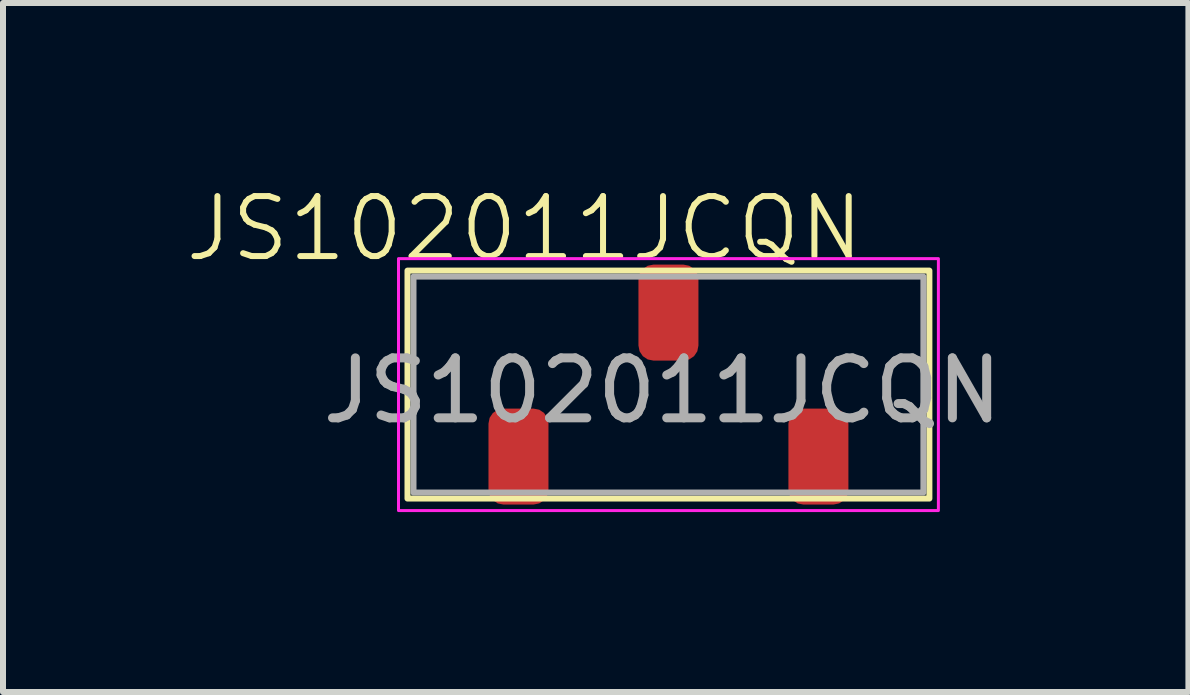
<source format=kicad_pcb>
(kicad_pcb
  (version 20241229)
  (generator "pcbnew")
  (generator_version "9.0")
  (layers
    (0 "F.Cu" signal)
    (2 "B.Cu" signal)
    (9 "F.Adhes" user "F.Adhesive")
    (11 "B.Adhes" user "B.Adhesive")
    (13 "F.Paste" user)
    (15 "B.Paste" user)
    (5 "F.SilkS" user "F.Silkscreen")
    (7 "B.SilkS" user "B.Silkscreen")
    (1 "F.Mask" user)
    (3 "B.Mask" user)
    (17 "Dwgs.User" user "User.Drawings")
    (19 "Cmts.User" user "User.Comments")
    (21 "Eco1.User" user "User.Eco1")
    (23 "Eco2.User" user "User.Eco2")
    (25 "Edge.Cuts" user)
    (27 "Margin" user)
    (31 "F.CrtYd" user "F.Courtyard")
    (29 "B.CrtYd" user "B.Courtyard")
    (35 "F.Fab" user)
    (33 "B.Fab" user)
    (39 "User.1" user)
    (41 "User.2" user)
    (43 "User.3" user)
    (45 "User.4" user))
  (footprint "JS102011JCQN"
    (layer "F.Cu")
    (at 5.593 4.561)
    (property "Reference" "JS102011JCQN" (at 0.1 -3.8 0) (unlocked yes) (layer "F.SilkS") (effects (font (size 1 1) (thickness 0.1))))
    (attr smd)
    (fp_rect (start -1.85 -3.1) (end 6.85 0.7) (stroke (width 0.1) (type default)) (fill no) (layer "F.SilkS"))
    (fp_rect (start -2 -3.3) (end 7 0.9) (stroke (width 0.05) (type default)) (fill no) (layer "F.CrtYd"))
    (fp_rect (start -1.75 -3) (end 6.75 0.6) (stroke (width 0.1) (type default)) (fill no) (layer "F.Fab"))
    (fp_text user "${REFERENCE}" (at 2.4 -1.1 0) (unlocked yes) (layer "F.Fab") (effects (font (size 1 1) (thickness 0.15))))
    (pad "1" smd roundrect (at 0 0) (size 1 1.6) (layers "F.Cu" "F.Mask" "F.Paste") (roundrect_rratio 0.25))
    (pad "2" smd roundrect (at 2.5 -2.4) (size 1 1.6) (layers "F.Cu" "F.Mask" "F.Paste") (roundrect_rratio 0.25))
    (pad "3" smd roundrect (at 5 0) (size 1 1.6) (layers "F.Cu" "F.Mask" "F.Paste") (roundrect_rratio 0.25)))
  (gr_rect
    (start -3 -3)
    (end 16.761 8.486)
    (stroke (width 0.1) (type default))
    (fill no)
    (layer "Edge.Cuts")))
</source>
